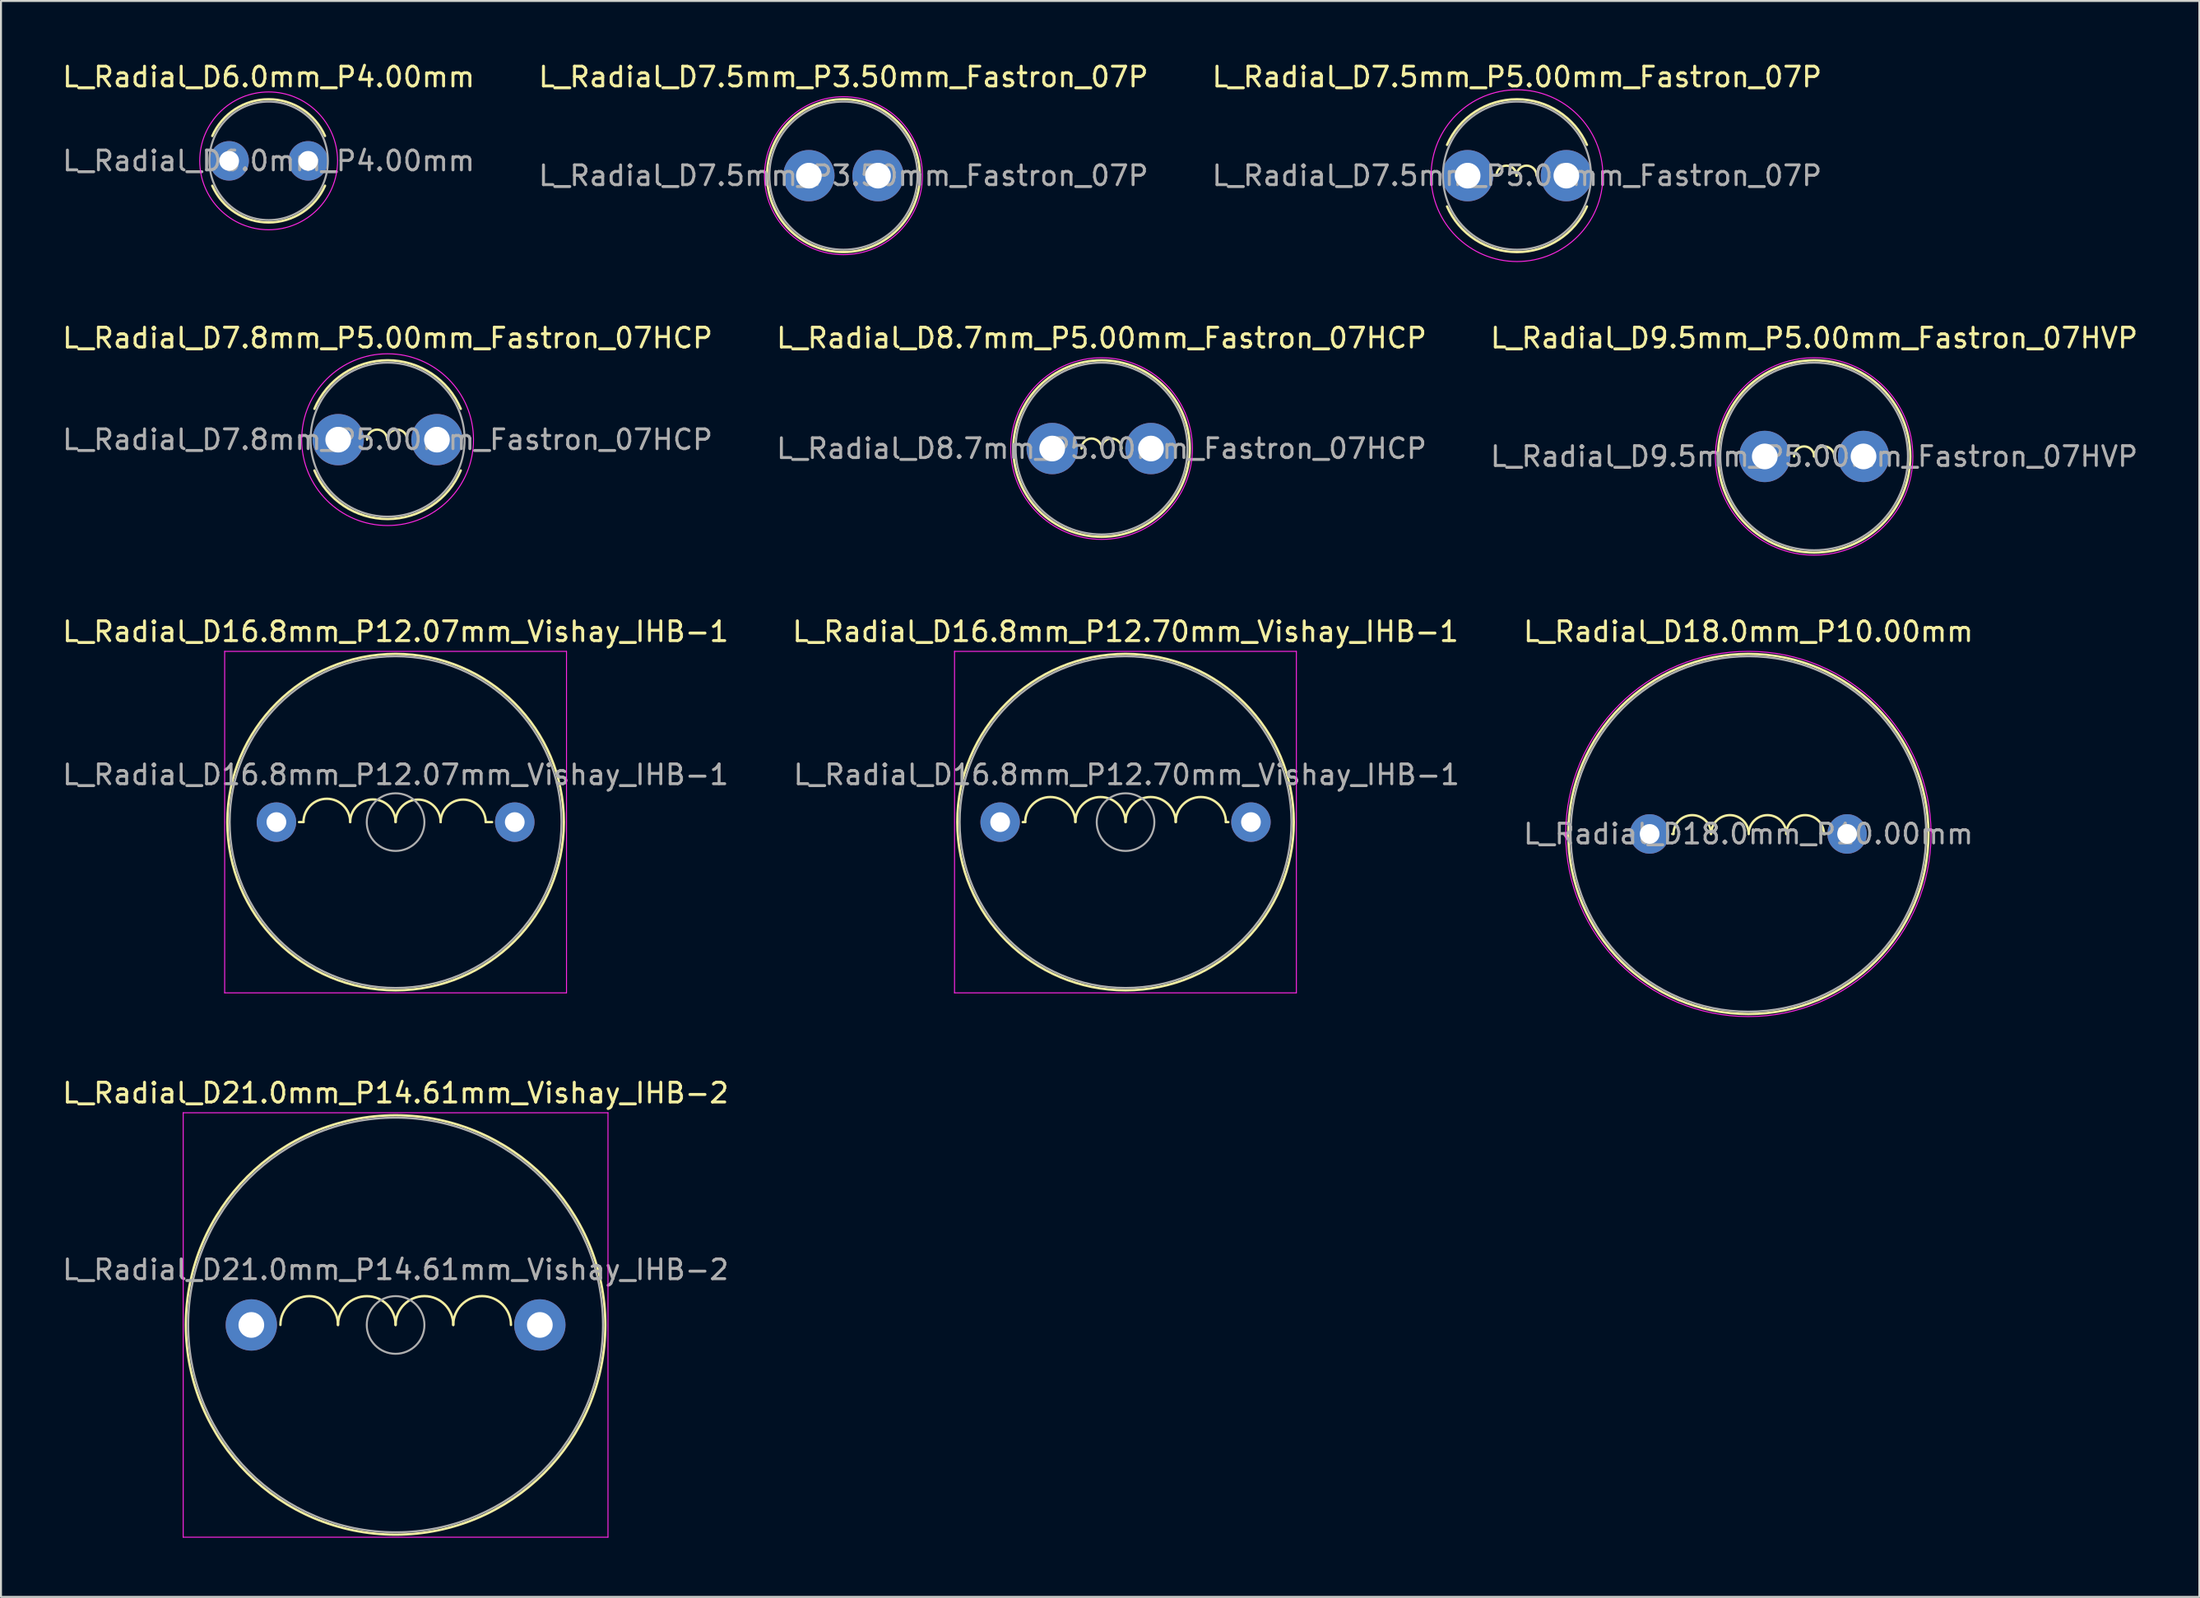
<source format=kicad_pcb>
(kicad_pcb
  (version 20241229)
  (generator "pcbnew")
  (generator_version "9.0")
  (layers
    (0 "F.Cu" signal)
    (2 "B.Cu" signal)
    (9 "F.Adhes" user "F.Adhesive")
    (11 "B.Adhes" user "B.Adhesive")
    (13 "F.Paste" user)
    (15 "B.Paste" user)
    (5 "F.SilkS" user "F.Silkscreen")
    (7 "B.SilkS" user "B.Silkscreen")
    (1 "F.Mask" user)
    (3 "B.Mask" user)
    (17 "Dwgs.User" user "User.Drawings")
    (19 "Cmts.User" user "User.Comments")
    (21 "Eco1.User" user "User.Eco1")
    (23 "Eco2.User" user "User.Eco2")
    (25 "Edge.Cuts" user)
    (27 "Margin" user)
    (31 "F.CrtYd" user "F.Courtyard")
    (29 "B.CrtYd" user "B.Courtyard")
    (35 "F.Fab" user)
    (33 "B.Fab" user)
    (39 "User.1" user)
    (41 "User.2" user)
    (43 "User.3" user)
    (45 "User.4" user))
  (footprint "L_Radial_D18.0mm_P10.00mm"
    (layer "F.Cu")
    (at 80.485 39.195)
    (property "Reference" "L_Radial_D18.0mm_P10.00mm" (at 5 -10.25 0) (layer "F.SilkS") (effects (font (size 1 1) (thickness 0.15))))
    (attr through_hole)
    (fp_line (start 1.206 0) (end 1.143 0) (stroke (width 0.12) (type solid)) (layer "F.SilkS"))
    (fp_line (start 8.89 0) (end 8.826 0) (stroke (width 0.12) (type solid)) (layer "F.SilkS"))
    (fp_arc (start 1.2065 0) (mid 2.159 -0.9525) (end 3.1115 0) (stroke (width 0.12) (type solid)) (layer "F.SilkS"))
    (fp_arc (start 3.1115 0) (mid 4.064 -0.9525) (end 5.0165 0) (stroke (width 0.12) (type solid)) (layer "F.SilkS"))
    (fp_arc (start 5.0165 0) (mid 5.969 -0.9525) (end 6.9215 0) (stroke (width 0.12) (type solid)) (layer "F.SilkS"))
    (fp_arc (start 6.9215 0) (mid 7.874 -0.9525) (end 8.8265 0) (stroke (width 0.12) (type solid)) (layer "F.SilkS"))
    (fp_circle (center 5 0) (end 14.12 0) (stroke (width 0.12) (type solid)) (fill no) (layer "F.SilkS"))
    (fp_circle (center 5 0) (end 14.25 0) (stroke (width 0.05) (type solid)) (fill no) (layer "F.CrtYd"))
    (fp_circle (center 5 0) (end 14 0) (stroke (width 0.1) (type solid)) (fill no) (layer "F.Fab"))
    (fp_text user "${REFERENCE}" (at 5 0 0) (layer "F.Fab") (effects (font (size 1 1) (thickness 0.15))))
    (pad "1" thru_hole circle (at 0 0) (size 2 2) (drill 1) (layers "*.Cu" "*.Mask"))
    (pad "2" thru_hole circle (at 10 0) (size 2 2) (drill 1) (layers "*.Cu" "*.Mask")))
  (footprint "L_Radial_D16.8mm_P12.70mm_Vishay_IHB-1"
    (layer "F.Cu")
    (at 47.596 38.595)
    (property "Reference" "L_Radial_D16.8mm_P12.70mm_Vishay_IHB-1" (at 6.35 -9.65 0) (layer "F.SilkS") (effects (font (size 1 1) (thickness 0.15))))
    (attr through_hole)
    (fp_line (start 1.27 0) (end 1.143 0) (stroke (width 0.12) (type solid)) (layer "F.SilkS"))
    (fp_line (start 11.43 0) (end 11.557 0) (stroke (width 0.12) (type solid)) (layer "F.SilkS"))
    (fp_arc (start 1.27 0) (mid 2.54 -1.27) (end 3.81 0) (stroke (width 0.12) (type solid)) (layer "F.SilkS"))
    (fp_arc (start 3.81 0) (mid 5.08 -1.27) (end 6.35 0) (stroke (width 0.12) (type solid)) (layer "F.SilkS"))
    (fp_arc (start 6.35 0) (mid 7.62 -1.27) (end 8.89 0) (stroke (width 0.12) (type solid)) (layer "F.SilkS"))
    (fp_arc (start 8.89 0) (mid 10.16 -1.27) (end 11.43 0) (stroke (width 0.12) (type solid)) (layer "F.SilkS"))
    (fp_circle (center 6.35 0) (end 14.87 0) (stroke (width 0.12) (type solid)) (fill no) (layer "F.SilkS"))
    (fp_line (start -2.31 -8.65) (end -2.31 8.65) (stroke (width 0.05) (type solid)) (layer "F.CrtYd"))
    (fp_line (start -2.31 8.65) (end 15 8.65) (stroke (width 0.05) (type solid)) (layer "F.CrtYd"))
    (fp_line (start 15 -8.65) (end -2.31 -8.65) (stroke (width 0.05) (type solid)) (layer "F.CrtYd"))
    (fp_line (start 15 8.65) (end 15 -8.65) (stroke (width 0.05) (type solid)) (layer "F.CrtYd"))
    (fp_circle (center 6.35 0) (end 7.81 0) (stroke (width 0.1) (type solid)) (fill no) (layer "F.Fab"))
    (fp_circle (center 6.35 0) (end 14.75 0) (stroke (width 0.1) (type solid)) (fill no) (layer "F.Fab"))
    (fp_text user "${REFERENCE}" (at 6.4 -2.4 0) (layer "F.Fab") (effects (font (size 1 1) (thickness 0.15))))
    (pad "1" thru_hole circle (at 0 0) (size 2 2) (drill 1) (layers "*.Cu" "*.Mask"))
    (pad "2" thru_hole circle (at 12.7 0) (size 2 2) (drill 1) (layers "*.Cu" "*.Mask")))
  (footprint "L_Radial_D16.8mm_P12.07mm_Vishay_IHB-1"
    (layer "F.Cu")
    (at 10.947 38.595)
    (property "Reference" "L_Radial_D16.8mm_P12.07mm_Vishay_IHB-1" (at 6.035 -9.65 0) (layer "F.SilkS") (effects (font (size 1 1) (thickness 0.15))))
    (attr through_hole)
    (fp_line (start 1.371 0) (end 1.143 0) (stroke (width 0.12) (type solid)) (layer "F.SilkS"))
    (fp_line (start 10.604 0) (end 10.922 0) (stroke (width 0.12) (type solid)) (layer "F.SilkS"))
    (fp_arc (start 1.371 0) (mid 2.554 -1.183) (end 3.737 0) (stroke (width 0.12) (type solid)) (layer "F.SilkS"))
    (fp_arc (start 3.737 0) (mid 4.886 -1.149) (end 6.035 0) (stroke (width 0.12) (type solid)) (layer "F.SilkS"))
    (fp_arc (start 6.035 0) (mid 7.1755 -1.1405) (end 8.316 0) (stroke (width 0.12) (type solid)) (layer "F.SilkS"))
    (fp_arc (start 8.316 0) (mid 9.4565 -1.1405) (end 10.597 0) (stroke (width 0.12) (type solid)) (layer "F.SilkS"))
    (fp_circle (center 6.035 0) (end 14.555 0) (stroke (width 0.12) (type solid)) (fill no) (layer "F.SilkS"))
    (fp_line (start -2.62 -8.65) (end -2.62 8.65) (stroke (width 0.05) (type solid)) (layer "F.CrtYd"))
    (fp_line (start -2.62 8.65) (end 14.69 8.65) (stroke (width 0.05) (type solid)) (layer "F.CrtYd"))
    (fp_line (start 14.69 -8.65) (end -2.62 -8.65) (stroke (width 0.05) (type solid)) (layer "F.CrtYd"))
    (fp_line (start 14.69 8.65) (end 14.69 -8.65) (stroke (width 0.05) (type solid)) (layer "F.CrtYd"))
    (fp_circle (center 6.035 0) (end 7.495 0) (stroke (width 0.1) (type solid)) (fill no) (layer "F.Fab"))
    (fp_circle (center 6.035 0) (end 14.435 0) (stroke (width 0.1) (type solid)) (fill no) (layer "F.Fab"))
    (fp_text user "${REFERENCE}" (at 6.035 -2.4 0) (layer "F.Fab") (effects (font (size 1 1) (thickness 0.15))))
    (pad "1" thru_hole circle (at 0 0) (size 2 2) (drill 1) (layers "*.Cu" "*.Mask"))
    (pad "2" thru_hole circle (at 12.07 0) (size 2 2) (drill 1) (layers "*.Cu" "*.Mask")))
  (footprint "L_Radial_D7.5mm_P3.50mm_Fastron_07P"
    (layer "F.Cu")
    (at 37.911 5.848)
    (property "Reference" "L_Radial_D7.5mm_P3.50mm_Fastron_07P" (at 1.75 -5 0) (layer "F.SilkS") (effects (font (size 1 1) (thickness 0.15))))
    (attr through_hole)
    (fp_circle (center 1.75 0) (end 5.62 0) (stroke (width 0.12) (type solid)) (fill no) (layer "F.SilkS"))
    (fp_circle (center 1.75 0) (end 5.75 0) (stroke (width 0.05) (type solid)) (fill no) (layer "F.CrtYd"))
    (fp_circle (center 1.75 0) (end 5.5 0) (stroke (width 0.1) (type solid)) (fill no) (layer "F.Fab"))
    (fp_text user "${REFERENCE}" (at 1.75 0 0) (layer "F.Fab") (effects (font (size 1 1) (thickness 0.15))))
    (pad "1" thru_hole circle (at 0 0) (size 2.6 2.6) (drill 1.3) (layers "*.Cu" "*.Mask"))
    (pad "2" thru_hole circle (at 3.5 0) (size 2.6 2.6) (drill 1.3) (layers "*.Cu" "*.Mask")))
  (footprint "L_Radial_D7.5mm_P5.00mm_Fastron_07P"
    (layer "F.Cu")
    (at 71.268 5.848)
    (property "Reference" "L_Radial_D7.5mm_P5.00mm_Fastron_07P" (at 2.5 -5 0) (layer "F.SilkS") (effects (font (size 1 1) (thickness 0.15))))
    (attr through_hole)
    (fp_arc (start -1.041652 -1.56) (mid 2.5 -3.87) (end 6.041652 -1.56) (stroke (width 0.12) (type solid)) (layer "F.SilkS"))
    (fp_arc (start 1.4605 0) (mid 1.9685 -0.508) (end 2.4765 0) (stroke (width 0.12) (type solid)) (layer "F.SilkS"))
    (fp_arc (start 2.4765 0) (mid 2.9845 -0.508) (end 3.4925 0) (stroke (width 0.12) (type solid)) (layer "F.SilkS"))
    (fp_arc (start 6.041652 1.56) (mid 2.5 3.87) (end -1.041652 1.56) (stroke (width 0.12) (type solid)) (layer "F.SilkS"))
    (fp_circle (center 2.5 0) (end 6.85 0) (stroke (width 0.05) (type solid)) (fill no) (layer "F.CrtYd"))
    (fp_circle (center 2.5 0) (end 6.25 0) (stroke (width 0.1) (type solid)) (fill no) (layer "F.Fab"))
    (fp_text user "${REFERENCE}" (at 2.5 0 0) (layer "F.Fab") (effects (font (size 1 1) (thickness 0.15))))
    (pad "1" thru_hole circle (at 0 0) (size 2.6 2.6) (drill 1.3) (layers "*.Cu" "*.Mask"))
    (pad "2" thru_hole circle (at 5 0) (size 2.6 2.6) (drill 1.3) (layers "*.Cu" "*.Mask")))
  (footprint "L_Radial_D9.5mm_P5.00mm_Fastron_07HVP"
    (layer "F.Cu")
    (at 86.315 20.072)
    (property "Reference" "L_Radial_D9.5mm_P5.00mm_Fastron_07HVP" (at 2.5 -6 0) (layer "F.SilkS") (effects (font (size 1 1) (thickness 0.15))))
    (attr through_hole)
    (fp_arc (start 1.484 0) (mid 1.992 -0.508) (end 2.5 0) (stroke (width 0.12) (type solid)) (layer "F.SilkS"))
    (fp_arc (start 2.5 0) (mid 3.008 -0.508) (end 3.516 0) (stroke (width 0.12) (type solid)) (layer "F.SilkS"))
    (fp_circle (center 2.5 0) (end 7.37 0) (stroke (width 0.12) (type solid)) (fill no) (layer "F.SilkS"))
    (fp_circle (center 2.5 0) (end 7.5 0) (stroke (width 0.05) (type solid)) (fill no) (layer "F.CrtYd"))
    (fp_circle (center 2.5 0) (end 7.25 0) (stroke (width 0.1) (type solid)) (fill no) (layer "F.Fab"))
    (fp_text user "${REFERENCE}" (at 2.5 0 0) (layer "F.Fab") (effects (font (size 1 1) (thickness 0.15))))
    (pad "1" thru_hole circle (at 0 0) (size 2.6 2.6) (drill 1.3) (layers "*.Cu" "*.Mask"))
    (pad "2" thru_hole circle (at 5 0) (size 2.6 2.6) (drill 1.3) (layers "*.Cu" "*.Mask")))
  (footprint "L_Radial_D7.8mm_P5.00mm_Fastron_07HCP"
    (layer "F.Cu")
    (at 14.077 19.221)
    (property "Reference" "L_Radial_D7.8mm_P5.00mm_Fastron_07HCP" (at 2.5 -5.15 0) (layer "F.SilkS") (effects (font (size 1 1) (thickness 0.15))))
    (attr through_hole)
    (fp_arc (start -1.20497 -1.56) (mid 2.5 -4.02) (end 6.20497 -1.56) (stroke (width 0.12) (type solid)) (layer "F.SilkS"))
    (fp_arc (start 1.4605 0) (mid 1.9685 -0.508) (end 2.4765 0) (stroke (width 0.12) (type solid)) (layer "F.SilkS"))
    (fp_arc (start 2.4765 0) (mid 2.9845 -0.508) (end 3.4925 0) (stroke (width 0.12) (type solid)) (layer "F.SilkS"))
    (fp_arc (start 6.20497 1.56) (mid 2.5 4.02) (end -1.20497 1.56) (stroke (width 0.12) (type solid)) (layer "F.SilkS"))
    (fp_circle (center 2.5 0) (end 6.85 0) (stroke (width 0.05) (type solid)) (fill no) (layer "F.CrtYd"))
    (fp_circle (center 2.5 0) (end 6.4 0) (stroke (width 0.1) (type solid)) (fill no) (layer "F.Fab"))
    (fp_text user "${REFERENCE}" (at 2.5 0 0) (layer "F.Fab") (effects (font (size 1 1) (thickness 0.15))))
    (pad "1" thru_hole circle (at 0 0) (size 2.6 2.6) (drill 1.3) (layers "*.Cu" "*.Mask"))
    (pad "2" thru_hole circle (at 5 0) (size 2.6 2.6) (drill 1.3) (layers "*.Cu" "*.Mask")))
  (footprint "L_Radial_D6.0mm_P4.00mm"
    (layer "F.Cu")
    (at 8.554 5.098)
    (property "Reference" "L_Radial_D6.0mm_P4.00mm" (at 2 -4.25 0) (layer "F.SilkS") (effects (font (size 1 1) (thickness 0.15))))
    (attr through_hole)
    (fp_arc (start -0.85426 -1.26) (mid 2 -3.12) (end 4.85426 -1.26) (stroke (width 0.12) (type solid)) (layer "F.SilkS"))
    (fp_arc (start 4.85426 1.26) (mid 2 3.12) (end -0.85426 1.26) (stroke (width 0.12) (type solid)) (layer "F.SilkS"))
    (fp_circle (center 2 0) (end 5.49 0) (stroke (width 0.05) (type solid)) (fill no) (layer "F.CrtYd"))
    (fp_circle (center 2 0) (end 5 0) (stroke (width 0.1) (type solid)) (fill no) (layer "F.Fab"))
    (fp_text user "${REFERENCE}" (at 2 0 0) (layer "F.Fab") (effects (font (size 1 1) (thickness 0.15))))
    (pad "1" thru_hole circle (at 0 0) (size 2 2) (drill 1) (layers "*.Cu" "*.Mask"))
    (pad "2" thru_hole circle (at 4 0) (size 2 2) (drill 1) (layers "*.Cu" "*.Mask")))
  (footprint "L_Radial_D21.0mm_P14.61mm_Vishay_IHB-2"
    (layer "F.Cu")
    (at 9.677 64.068)
    (property "Reference" "L_Radial_D21.0mm_P14.61mm_Vishay_IHB-2" (at 7.305 -11.75 0) (layer "F.SilkS") (effects (font (size 1 1) (thickness 0.15))))
    (attr through_hole)
    (fp_arc (start 1.473 0) (mid 2.931 -1.458) (end 4.389 0) (stroke (width 0.12) (type solid)) (layer "F.SilkS"))
    (fp_arc (start 4.389 0) (mid 5.847 -1.458) (end 7.305 0) (stroke (width 0.12) (type solid)) (layer "F.SilkS"))
    (fp_arc (start 7.305 0) (mid 8.7655 -1.4605) (end 10.226 0) (stroke (width 0.12) (type solid)) (layer "F.SilkS"))
    (fp_arc (start 10.226 0) (mid 11.6865 -1.4605) (end 13.147 0) (stroke (width 0.12) (type solid)) (layer "F.SilkS"))
    (fp_circle (center 7.305 0) (end 17.925 0) (stroke (width 0.12) (type solid)) (fill no) (layer "F.SilkS"))
    (fp_line (start -3.45 -10.75) (end -3.45 10.75) (stroke (width 0.05) (type solid)) (layer "F.CrtYd"))
    (fp_line (start -3.45 10.75) (end 18.06 10.75) (stroke (width 0.05) (type solid)) (layer "F.CrtYd"))
    (fp_line (start 18.06 -10.75) (end -3.45 -10.75) (stroke (width 0.05) (type solid)) (layer "F.CrtYd"))
    (fp_line (start 18.06 10.75) (end 18.06 -10.75) (stroke (width 0.05) (type solid)) (layer "F.CrtYd"))
    (fp_circle (center 7.305 0) (end 8.765 0) (stroke (width 0.1) (type solid)) (fill no) (layer "F.Fab"))
    (fp_circle (center 7.305 0) (end 17.805 0) (stroke (width 0.1) (type solid)) (fill no) (layer "F.Fab"))
    (fp_text user "${REFERENCE}" (at 7.305 -2.8 0) (layer "F.Fab") (effects (font (size 1 1) (thickness 0.15))))
    (pad "1" thru_hole circle (at 0 0) (size 2.6 2.6) (drill 1.3) (layers "*.Cu" "*.Mask"))
    (pad "2" thru_hole circle (at 14.61 0) (size 2.6 2.6) (drill 1.3) (layers "*.Cu" "*.Mask")))
  (footprint "L_Radial_D8.7mm_P5.00mm_Fastron_07HCP"
    (layer "F.Cu")
    (at 50.232 19.672)
    (property "Reference" "L_Radial_D8.7mm_P5.00mm_Fastron_07HCP" (at 2.5 -5.6 0) (layer "F.SilkS") (effects (font (size 1 1) (thickness 0.15))))
    (attr through_hole)
    (fp_arc (start 1.484 0) (mid 1.992 -0.508) (end 2.5 0) (stroke (width 0.12) (type solid)) (layer "F.SilkS"))
    (fp_arc (start 2.5 0) (mid 3.008 -0.508) (end 3.516 0) (stroke (width 0.12) (type solid)) (layer "F.SilkS"))
    (fp_circle (center 2.5 0) (end 6.97 0) (stroke (width 0.12) (type solid)) (fill no) (layer "F.SilkS"))
    (fp_circle (center 2.5 0) (end 7.1 0) (stroke (width 0.05) (type solid)) (fill no) (layer "F.CrtYd"))
    (fp_circle (center 2.5 0) (end 6.85 0) (stroke (width 0.1) (type solid)) (fill no) (layer "F.Fab"))
    (fp_text user "${REFERENCE}" (at 2.5 0 0) (layer "F.Fab") (effects (font (size 1 1) (thickness 0.15))))
    (pad "1" thru_hole circle (at 0 0) (size 2.6 2.6) (drill 1.3) (layers "*.Cu" "*.Mask"))
    (pad "2" thru_hole circle (at 5 0) (size 2.6 2.6) (drill 1.3) (layers "*.Cu" "*.Mask")))
  (gr_rect
    (start -3 -3)
    (end 108.321 77.843)
    (stroke (width 0.1) (type default))
    (fill no)
    (layer "Edge.Cuts")))
</source>
